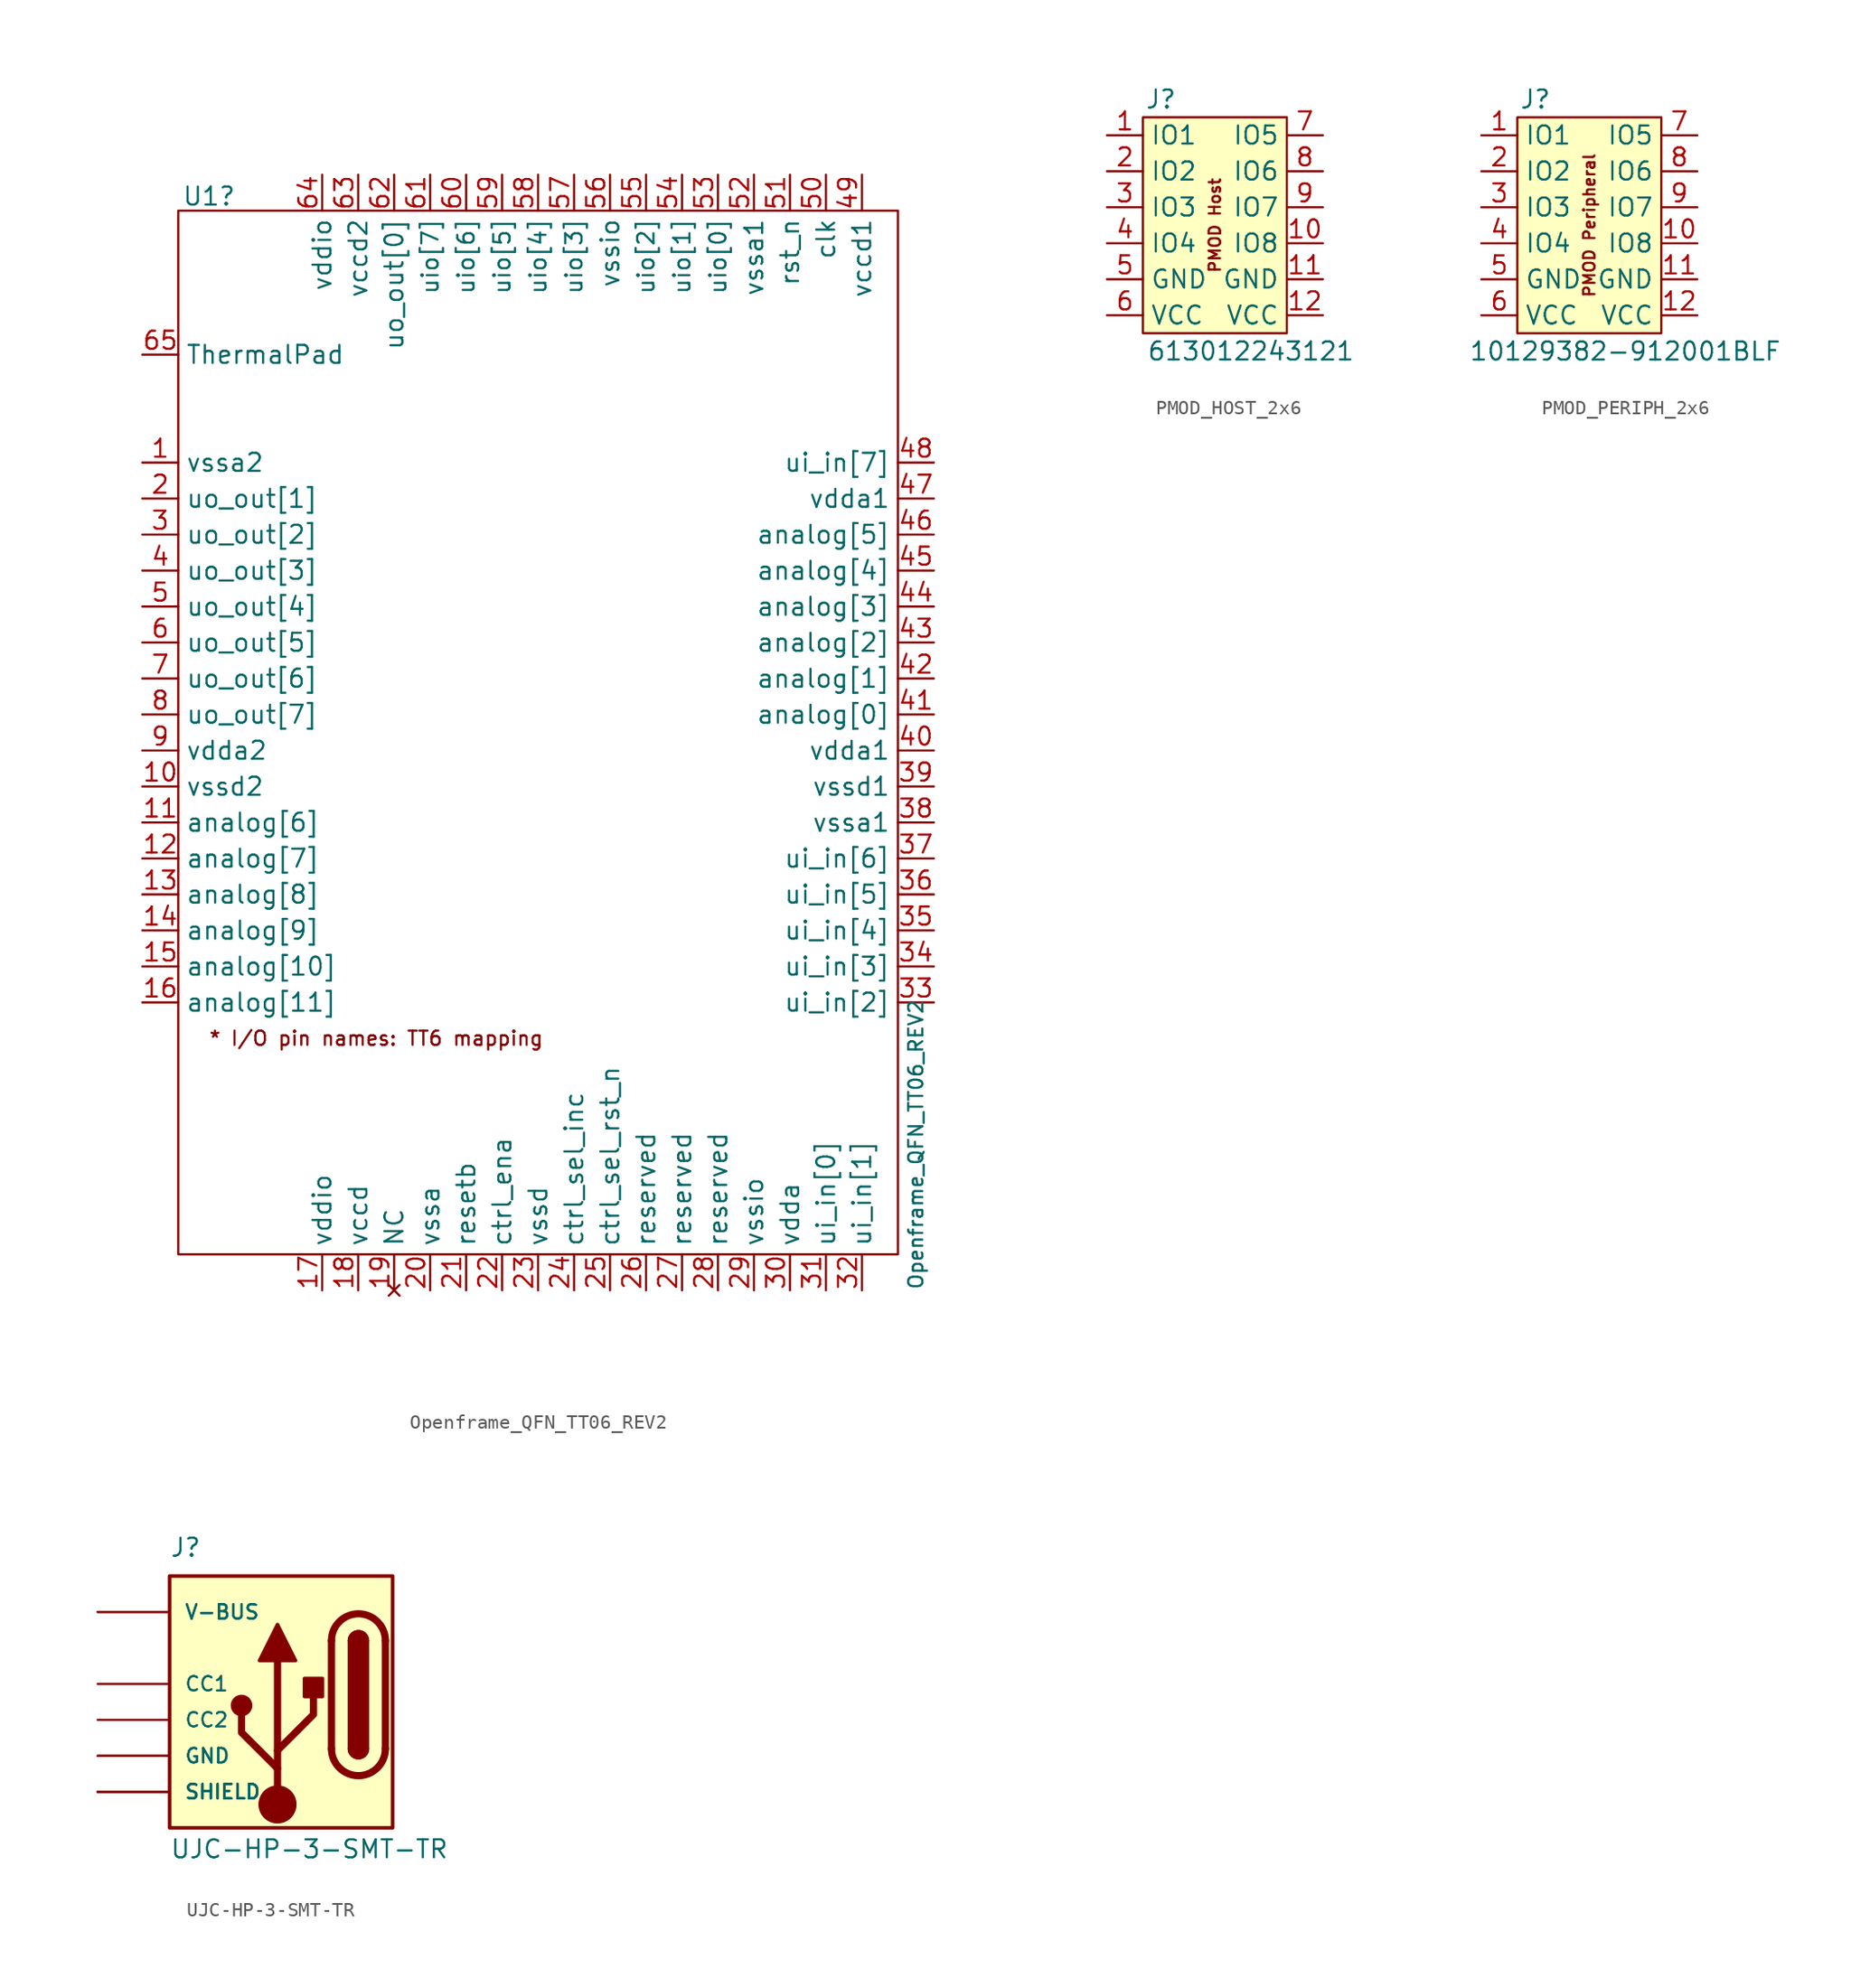
<source format=kicad_sym>
(kicad_symbol_lib
  (version 20231120)
  (generator "kicad_symbol_editor")
  (generator_version "8.0")
  (symbol "Openframe_QFN_TT06_REV2"
    (property "Reference" "U1"
      (at -26.416 41.656 0)
      (effects (font (size 1.27 1.27)) (justify left)))
    (property "Value" "Openframe_QFN_TT06_REV2"
      (at 25.4 -35.56 90)
      (effects (font (size 1 1)) (justify left)))
    (symbol "Openframe_QFN_TT06_REV2_0_1"
      (rectangle (start -26.67 40.64) (end 24.13 -33.02) (stroke (width 0) (type default)) (fill (type none))))
    (symbol "Openframe_QFN_TT06_REV2_1_1"
      (text "* I/O pin names: TT6 mapping" (at -12.7 -17.78 0) (effects (font (size 1 1))))
      (pin power_in line (at -29.21 22.86 0) (length 2.54) (name "vssa2" (effects (font (size 1.27 1.27)))) (number "1" (effects (font (size 1.27 1.27)))))
      (pin power_in line (at -29.21 0 0) (length 2.54) (name "vssd2" (effects (font (size 1.27 1.27)))) (number "10" (effects (font (size 1.27 1.27)))))
      (pin passive line (at -29.21 -2.54 0) (length 2.54) (name "analog[6]" (effects (font (size 1.27 1.27)))) (number "11" (effects (font (size 1.27 1.27)))))
      (pin passive line (at -29.21 -5.08 0) (length 2.54) (name "analog[7]" (effects (font (size 1.27 1.27)))) (number "12" (effects (font (size 1.27 1.27)))))
      (pin passive line (at -29.21 -7.62 0) (length 2.54) (name "analog[8]" (effects (font (size 1.27 1.27)))) (number "13" (effects (font (size 1.27 1.27)))))
      (pin passive line (at -29.21 -10.16 0) (length 2.54) (name "analog[9]" (effects (font (size 1.27 1.27)))) (number "14" (effects (font (size 1.27 1.27)))))
      (pin passive line (at -29.21 -12.7 0) (length 2.54) (name "analog[10]" (effects (font (size 1.27 1.27)))) (number "15" (effects (font (size 1.27 1.27)))))
      (pin passive line (at -29.21 -15.24 0) (length 2.54) (name "analog[11]" (effects (font (size 1.27 1.27)))) (number "16" (effects (font (size 1.27 1.27)))))
      (pin power_in line (at -16.51 -35.56 90) (length 2.54) (name "vddio" (effects (font (size 1.27 1.27)))) (number "17" (effects (font (size 1.27 1.27)))))
      (pin power_in line (at -13.97 -35.56 90) (length 2.54) (name "vccd" (effects (font (size 1.27 1.27)))) (number "18" (effects (font (size 1.27 1.27)))))
      (pin no_connect line (at -11.43 -35.56 90) (length 2.54) (name "NC" (effects (font (size 1.27 1.27)))) (number "19" (effects (font (size 1.27 1.27)))))
      (pin output line (at -29.21 20.32 0) (length 2.54) (name "uo_out[1]" (effects (font (size 1.27 1.27)))) (number "2" (effects (font (size 1.27 1.27)))))
      (pin power_in line (at -8.89 -35.56 90) (length 2.54) (name "vssa" (effects (font (size 1.27 1.27)))) (number "20" (effects (font (size 1.27 1.27)))))
      (pin input line (at -6.35 -35.56 90) (length 2.54) (name "resetb" (effects (font (size 1.27 1.27)))) (number "21" (effects (font (size 1.27 1.27)))))
      (pin input line (at -3.81 -35.56 90) (length 2.54) (name "ctrl_ena" (effects (font (size 1.27 1.27)))) (number "22" (effects (font (size 1.27 1.27)))))
      (pin power_in line (at -1.27 -35.56 90) (length 2.54) (name "vssd" (effects (font (size 1.27 1.27)))) (number "23" (effects (font (size 1.27 1.27)))))
      (pin output line (at 1.27 -35.56 90) (length 2.54) (name "ctrl_sel_inc" (effects (font (size 1.27 1.27)))) (number "24" (effects (font (size 1.27 1.27)))))
      (pin output line (at 3.81 -35.56 90) (length 2.54) (name "ctrl_sel_rst_n" (effects (font (size 1.27 1.27)))) (number "25" (effects (font (size 1.27 1.27)))))
      (pin bidirectional line (at 6.35 -35.56 90) (length 2.54) (name "reserved" (effects (font (size 1.27 1.27)))) (number "26" (effects (font (size 1.27 1.27)))))
      (pin bidirectional line (at 8.89 -35.56 90) (length 2.54) (name "reserved" (effects (font (size 1.27 1.27)))) (number "27" (effects (font (size 1.27 1.27)))))
      (pin bidirectional line (at 11.43 -35.56 90) (length 2.54) (name "reserved" (effects (font (size 1.27 1.27)))) (number "28" (effects (font (size 1.27 1.27)))))
      (pin power_in line (at 13.97 -35.56 90) (length 2.54) (name "vssio" (effects (font (size 1.27 1.27)))) (number "29" (effects (font (size 1.27 1.27)))))
      (pin output line (at -29.21 17.78 0) (length 2.54) (name "uo_out[2]" (effects (font (size 1.27 1.27)))) (number "3" (effects (font (size 1.27 1.27)))))
      (pin power_in line (at 16.51 -35.56 90) (length 2.54) (name "vdda" (effects (font (size 1.27 1.27)))) (number "30" (effects (font (size 1.27 1.27)))))
      (pin input line (at 19.05 -35.56 90) (length 2.54) (name "ui_in[0]" (effects (font (size 1.27 1.27)))) (number "31" (effects (font (size 1.27 1.27)))))
      (pin input line (at 21.59 -35.56 90) (length 2.54) (name "ui_in[1]" (effects (font (size 1.27 1.27)))) (number "32" (effects (font (size 1.27 1.27)))))
      (pin input line (at 26.67 -15.24 180) (length 2.54) (name "ui_in[2]" (effects (font (size 1.27 1.27)))) (number "33" (effects (font (size 1.27 1.27)))))
      (pin input line (at 26.67 -12.7 180) (length 2.54) (name "ui_in[3]" (effects (font (size 1.27 1.27)))) (number "34" (effects (font (size 1.27 1.27)))))
      (pin input line (at 26.67 -10.16 180) (length 2.54) (name "ui_in[4]" (effects (font (size 1.27 1.27)))) (number "35" (effects (font (size 1.27 1.27)))))
      (pin input line (at 26.67 -7.62 180) (length 2.54) (name "ui_in[5]" (effects (font (size 1.27 1.27)))) (number "36" (effects (font (size 1.27 1.27)))))
      (pin input line (at 26.67 -5.08 180) (length 2.54) (name "ui_in[6]" (effects (font (size 1.27 1.27)))) (number "37" (effects (font (size 1.27 1.27)))))
      (pin power_in line (at 26.67 -2.54 180) (length 2.54) (name "vssa1" (effects (font (size 1.27 1.27)))) (number "38" (effects (font (size 1.27 1.27)))))
      (pin power_in line (at 26.67 0 180) (length 2.54) (name "vssd1" (effects (font (size 1.27 1.27)))) (number "39" (effects (font (size 1.27 1.27)))))
      (pin output line (at -29.21 15.24 0) (length 2.54) (name "uo_out[3]" (effects (font (size 1.27 1.27)))) (number "4" (effects (font (size 1.27 1.27)))))
      (pin power_in line (at 26.67 2.54 180) (length 2.54) (name "vdda1" (effects (font (size 1.27 1.27)))) (number "40" (effects (font (size 1.27 1.27)))))
      (pin passive line (at 26.67 5.08 180) (length 2.54) (name "analog[0]" (effects (font (size 1.27 1.27)))) (number "41" (effects (font (size 1.27 1.27)))))
      (pin passive line (at 26.67 7.62 180) (length 2.54) (name "analog[1]" (effects (font (size 1.27 1.27)))) (number "42" (effects (font (size 1.27 1.27)))))
      (pin passive line (at 26.67 10.16 180) (length 2.54) (name "analog[2]" (effects (font (size 1.27 1.27)))) (number "43" (effects (font (size 1.27 1.27)))))
      (pin passive line (at 26.67 12.7 180) (length 2.54) (name "analog[3]" (effects (font (size 1.27 1.27)))) (number "44" (effects (font (size 1.27 1.27)))))
      (pin passive line (at 26.67 15.24 180) (length 2.54) (name "analog[4]" (effects (font (size 1.27 1.27)))) (number "45" (effects (font (size 1.27 1.27)))))
      (pin passive line (at 26.67 17.78 180) (length 2.54) (name "analog[5]" (effects (font (size 1.27 1.27)))) (number "46" (effects (font (size 1.27 1.27)))))
      (pin power_in line (at 26.67 20.32 180) (length 2.54) (name "vdda1" (effects (font (size 1.27 1.27)))) (number "47" (effects (font (size 1.27 1.27)))))
      (pin input line (at 26.67 22.86 180) (length 2.54) (name "ui_in[7]" (effects (font (size 1.27 1.27)))) (number "48" (effects (font (size 1.27 1.27)))))
      (pin power_in line (at 21.59 43.18 270) (length 2.54) (name "vccd1" (effects (font (size 1.27 1.27)))) (number "49" (effects (font (size 1.27 1.27)))))
      (pin output line (at -29.21 12.7 0) (length 2.54) (name "uo_out[4]" (effects (font (size 1.27 1.27)))) (number "5" (effects (font (size 1.27 1.27)))))
      (pin input line (at 19.05 43.18 270) (length 2.54) (name "clk" (effects (font (size 1.27 1.27)))) (number "50" (effects (font (size 1.27 1.27)))))
      (pin input line (at 16.51 43.18 270) (length 2.54) (name "rst_n" (effects (font (size 1.27 1.27)))) (number "51" (effects (font (size 1.27 1.27)))))
      (pin power_in line (at 13.97 43.18 270) (length 2.54) (name "vssa1" (effects (font (size 1.27 1.27)))) (number "52" (effects (font (size 1.27 1.27)))))
      (pin bidirectional line (at 11.43 43.18 270) (length 2.54) (name "uio[0]" (effects (font (size 1.15 1.15)))) (number "53" (effects (font (size 1.27 1.27)))))
      (pin bidirectional line (at 8.89 43.18 270) (length 2.54) (name "uio[1]" (effects (font (size 1.15 1.15)))) (number "54" (effects (font (size 1.27 1.27)))))
      (pin bidirectional line (at 6.35 43.18 270) (length 2.54) (name "uio[2]" (effects (font (size 1.15 1.15)))) (number "55" (effects (font (size 1.27 1.27)))))
      (pin power_in line (at 3.81 43.18 270) (length 2.54) (name "vssio" (effects (font (size 1.27 1.27)))) (number "56" (effects (font (size 1.27 1.27)))))
      (pin bidirectional line (at 1.27 43.18 270) (length 2.54) (name "uio[3]" (effects (font (size 1.15 1.15)))) (number "57" (effects (font (size 1.27 1.27)))))
      (pin bidirectional line (at -1.27 43.18 270) (length 2.54) (name "uio[4]" (effects (font (size 1.15 1.15)))) (number "58" (effects (font (size 1.27 1.27)))))
      (pin bidirectional line (at -3.81 43.18 270) (length 2.54) (name "uio[5]" (effects (font (size 1.15 1.15)))) (number "59" (effects (font (size 1.27 1.27)))))
      (pin output line (at -29.21 10.16 0) (length 2.54) (name "uo_out[5]" (effects (font (size 1.27 1.27)))) (number "6" (effects (font (size 1.27 1.27)))))
      (pin bidirectional line (at -6.35 43.18 270) (length 2.54) (name "uio[6]" (effects (font (size 1.15 1.15)))) (number "60" (effects (font (size 1.27 1.27)))))
      (pin bidirectional line (at -8.89 43.18 270) (length 2.54) (name "uio[7]" (effects (font (size 1.15 1.15)))) (number "61" (effects (font (size 1.27 1.27)))))
      (pin output line (at -11.43 43.18 270) (length 2.54) (name "uo_out[0]" (effects (font (size 1.27 1.27)))) (number "62" (effects (font (size 1.27 1.27)))))
      (pin power_in line (at -13.97 43.18 270) (length 2.54) (name "vccd2" (effects (font (size 1.27 1.27)))) (number "63" (effects (font (size 1.27 1.27)))))
      (pin power_in line (at -16.51 43.18 270) (length 2.54) (name "vddio" (effects (font (size 1.27 1.27)))) (number "64" (effects (font (size 1.27 1.27)))))
      (pin power_in line (at -29.21 30.48 0) (length 2.54) (name "ThermalPad" (effects (font (size 1.27 1.27)))) (number "65" (effects (font (size 1.27 1.27)))))
      (pin output line (at -29.21 7.62 0) (length 2.54) (name "uo_out[6]" (effects (font (size 1.27 1.27)))) (number "7" (effects (font (size 1.27 1.27)))))
      (pin output line (at -29.21 5.08 0) (length 2.54) (name "uo_out[7]" (effects (font (size 1.27 1.27)))) (number "8" (effects (font (size 1.27 1.27)))))
      (pin power_in line (at -29.21 2.54 0) (length 2.54) (name "vdda2" (effects (font (size 1.27 1.27)))) (number "9" (effects (font (size 1.27 1.27)))))))
  (symbol "PMOD_HOST_2x6"
    (property "Reference" "J"
      (at -3.81 12.7 0)
      (effects (font (size 1.27 1.27))))
    (property "Value" "613012243121"
      (at 2.54 -5.08 0)
      (effects (font (size 1.27 1.27))))
    (symbol "PMOD_HOST_2x6_1_1"
      (rectangle (start -5.08 11.43) (end 5.08 -3.81) (stroke (width 0) (type default)) (fill (type background)))
      (text "PMOD Host" (at 0 3.81 900) (effects (font (size 0.8 0.8))))
      (pin bidirectional line (at -7.62 10.16 0) (length 2.54) (name "IO1" (effects (font (size 1.27 1.27)))) (number "1" (effects (font (size 1.27 1.27)))))
      (pin bidirectional line (at 7.62 2.54 180) (length 2.54) (name "IO8" (effects (font (size 1.27 1.27)))) (number "10" (effects (font (size 1.27 1.27)))))
      (pin power_in line (at 7.62 0 180) (length 2.54) (name "GND" (effects (font (size 1.27 1.27)))) (number "11" (effects (font (size 1.27 1.27)))))
      (pin power_in line (at 7.62 -2.54 180) (length 2.54) (name "VCC" (effects (font (size 1.27 1.27)))) (number "12" (effects (font (size 1.27 1.27)))))
      (pin bidirectional line (at -7.62 7.62 0) (length 2.54) (name "IO2" (effects (font (size 1.27 1.27)))) (number "2" (effects (font (size 1.27 1.27)))))
      (pin bidirectional line (at -7.62 5.08 0) (length 2.54) (name "IO3" (effects (font (size 1.27 1.27)))) (number "3" (effects (font (size 1.27 1.27)))))
      (pin bidirectional line (at -7.62 2.54 0) (length 2.54) (name "IO4" (effects (font (size 1.27 1.27)))) (number "4" (effects (font (size 1.27 1.27)))))
      (pin power_in line (at -7.62 0 0) (length 2.54) (name "GND" (effects (font (size 1.27 1.27)))) (number "5" (effects (font (size 1.27 1.27)))))
      (pin power_in line (at -7.62 -2.54 0) (length 2.54) (name "VCC" (effects (font (size 1.27 1.27)))) (number "6" (effects (font (size 1.27 1.27)))))
      (pin bidirectional line (at 7.62 10.16 180) (length 2.54) (name "IO5" (effects (font (size 1.27 1.27)))) (number "7" (effects (font (size 1.27 1.27)))))
      (pin bidirectional line (at 7.62 7.62 180) (length 2.54) (name "IO6" (effects (font (size 1.27 1.27)))) (number "8" (effects (font (size 1.27 1.27)))))
      (pin bidirectional line (at 7.62 5.08 180) (length 2.54) (name "IO7" (effects (font (size 1.27 1.27)))) (number "9" (effects (font (size 1.27 1.27)))))))
  (symbol "PMOD_PERIPH_2x6"
    (property "Reference" "J"
      (at -3.81 12.7 0)
      (effects (font (size 1.27 1.27))))
    (property "Value" "10129382-912001BLF"
      (at 2.54 -5.08 0)
      (effects (font (size 1.27 1.27))))
    (symbol "PMOD_PERIPH_2x6_1_1"
      (rectangle (start -5.08 11.43) (end 5.08 -3.81) (stroke (width 0) (type default)) (fill (type background)))
      (text "PMOD Peripheral" (at 0 3.81 900) (effects (font (size 0.8 0.8))))
      (pin bidirectional line (at -7.62 10.16 0) (length 2.54) (name "IO1" (effects (font (size 1.27 1.27)))) (number "1" (effects (font (size 1.27 1.27)))))
      (pin bidirectional line (at 7.62 2.54 180) (length 2.54) (name "IO8" (effects (font (size 1.27 1.27)))) (number "10" (effects (font (size 1.27 1.27)))))
      (pin power_in line (at 7.62 0 180) (length 2.54) (name "GND" (effects (font (size 1.27 1.27)))) (number "11" (effects (font (size 1.27 1.27)))))
      (pin power_in line (at 7.62 -2.54 180) (length 2.54) (name "VCC" (effects (font (size 1.27 1.27)))) (number "12" (effects (font (size 1.27 1.27)))))
      (pin bidirectional line (at -7.62 7.62 0) (length 2.54) (name "IO2" (effects (font (size 1.27 1.27)))) (number "2" (effects (font (size 1.27 1.27)))))
      (pin bidirectional line (at -7.62 5.08 0) (length 2.54) (name "IO3" (effects (font (size 1.27 1.27)))) (number "3" (effects (font (size 1.27 1.27)))))
      (pin bidirectional line (at -7.62 2.54 0) (length 2.54) (name "IO4" (effects (font (size 1.27 1.27)))) (number "4" (effects (font (size 1.27 1.27)))))
      (pin power_in line (at -7.62 0 0) (length 2.54) (name "GND" (effects (font (size 1.27 1.27)))) (number "5" (effects (font (size 1.27 1.27)))))
      (pin power_in line (at -7.62 -2.54 0) (length 2.54) (name "VCC" (effects (font (size 1.27 1.27)))) (number "6" (effects (font (size 1.27 1.27)))))
      (pin bidirectional line (at 7.62 10.16 180) (length 2.54) (name "IO5" (effects (font (size 1.27 1.27)))) (number "7" (effects (font (size 1.27 1.27)))))
      (pin bidirectional line (at 7.62 7.62 180) (length 2.54) (name "IO6" (effects (font (size 1.27 1.27)))) (number "8" (effects (font (size 1.27 1.27)))))
      (pin bidirectional line (at 7.62 5.08 180) (length 2.54) (name "IO7" (effects (font (size 1.27 1.27)))) (number "9" (effects (font (size 1.27 1.27)))))))
  (symbol "UJC-HP-3-SMT-TR"
    (pin_numbers hide)
    (pin_names
      (offset 1.016))
    (property "Reference" "J"
      (at -7.62 8.89 0)
      (effects (font (size 1.27 1.27)) (justify left bottom)))
    (property "Value" "UJC-HP-3-SMT-TR"
      (at -7.62 -10.922 0)
      (effects (font (size 1.27 1.27)) (justify left top)))
    (symbol "UJC-HP-3-SMT-TR_0_0"
      (rectangle (start -7.62 7.62) (end 8.128 -10.16) (stroke (width 0.254) (type default)) (fill (type background)))
      (pin power_in line (at -12.7 -5.08 0) (length 5.08) (name "GND" (effects (font (size 1.016 1.016)))) (number "A12" (effects (font (size 1.016 1.016)))))
      (pin bidirectional line (at -12.7 0 0) (length 5.08) (name "CC1" (effects (font (size 1.016 1.016)))) (number "A5" (effects (font (size 1.016 1.016)))))
      (pin power_in line (at -12.7 5.08 0) (length 5.08) (name "V-BUS" (effects (font (size 1.016 1.016)))) (number "A9" (effects (font (size 1.016 1.016)))))
      (pin power_in line (at -12.7 -5.08 0) (length 5.08) (name "GND" (effects (font (size 1.016 1.016)))) (number "B12" (effects (font (size 1.016 1.016)))))
      (pin bidirectional line (at -12.7 -2.54 0) (length 5.08) (name "CC2" (effects (font (size 1.016 1.016)))) (number "B5" (effects (font (size 1.016 1.016)))))
      (pin power_in line (at -12.7 5.08 0) (length 5.08) (name "V-BUS" (effects (font (size 1.016 1.016)))) (number "B9" (effects (font (size 1.016 1.016)))))
      (pin passive line (at -12.7 -7.62 0) (length 5.08) (name "SHIELD" (effects (font (size 1.016 1.016)))) (number "S1" (effects (font (size 1.016 1.016)))))
      (pin passive line (at -12.7 -7.62 0) (length 5.08) (name "SHIELD" (effects (font (size 1.016 1.016)))) (number "S2" (effects (font (size 1.016 1.016)))))
      (pin passive line (at -12.7 -7.62 0) (length 5.08) (name "SHIELD" (effects (font (size 1.016 1.016)))) (number "S3" (effects (font (size 1.016 1.016)))))
      (pin passive line (at -12.7 -7.62 0) (length 5.08) (name "SHIELD" (effects (font (size 1.016 1.016)))) (number "S4" (effects (font (size 1.016 1.016))))))
    (symbol "UJC-HP-3-SMT-TR_0_1"
      (polyline (pts (xy 3.81 -4.572) (xy 3.81 3.048)) (stroke (width 0.508) (type default)) (fill (type none)))
      (polyline (pts (xy 7.62 3.048) (xy 7.62 -4.572)) (stroke (width 0.508) (type default)) (fill (type none)))
      (arc (start 3.81 -4.572) (mid 5.715 -6.4687) (end 7.62 -4.572) (stroke (width 0.508) (type default)) (fill (type none)))
      (arc (start 5.08 -4.572) (mid 5.715 -5.2043) (end 6.35 -4.572) (stroke (width 0.254) (type default)) (fill (type none)))
      (arc (start 5.08 -4.572) (mid 5.715 -5.2043) (end 6.35 -4.572) (stroke (width 0.254) (type default)) (fill (type outline)))
      (rectangle (start 5.08 -4.572) (end 6.35 3.048) (stroke (width 0.254) (type default)) (fill (type outline)))
      (arc (start 6.35 3.048) (mid 5.715 3.6803) (end 5.08 3.048) (stroke (width 0.254) (type default)) (fill (type none)))
      (arc (start 6.35 3.048) (mid 5.715 3.6803) (end 5.08 3.048) (stroke (width 0.254) (type default)) (fill (type outline)))
      (arc (start 7.62 3.048) (mid 5.715 4.9447) (end 3.81 3.048) (stroke (width 0.508) (type default)) (fill (type none))))
    (symbol "UJC-HP-3-SMT-TR_1_1"
      (circle (center -2.54 -1.524) (radius 0.635) (stroke (width 0.254) (type default)) (fill (type outline)))
      (circle (center 0 -8.509) (radius 1.27) (stroke (width 0) (type default)) (fill (type outline)))
      (polyline (pts (xy 0 -8.509) (xy 0 1.651)) (stroke (width 0.508) (type default)) (fill (type none)))
      (polyline (pts (xy 0 -5.969) (xy -2.54 -3.429) (xy -2.54 -2.159)) (stroke (width 0.508) (type default)) (fill (type none)))
      (polyline (pts (xy 0 -4.699) (xy 2.54 -2.159) (xy 2.54 -0.889)) (stroke (width 0.508) (type default)) (fill (type none)))
      (polyline (pts (xy -1.27 1.651) (xy 0 4.191) (xy 1.27 1.651) (xy -1.27 1.651)) (stroke (width 0.254) (type default)) (fill (type outline)))
      (rectangle (start 1.905 -0.889) (end 3.175 0.381) (stroke (width 0.254) (type default)) (fill (type outline))))))
</source>
